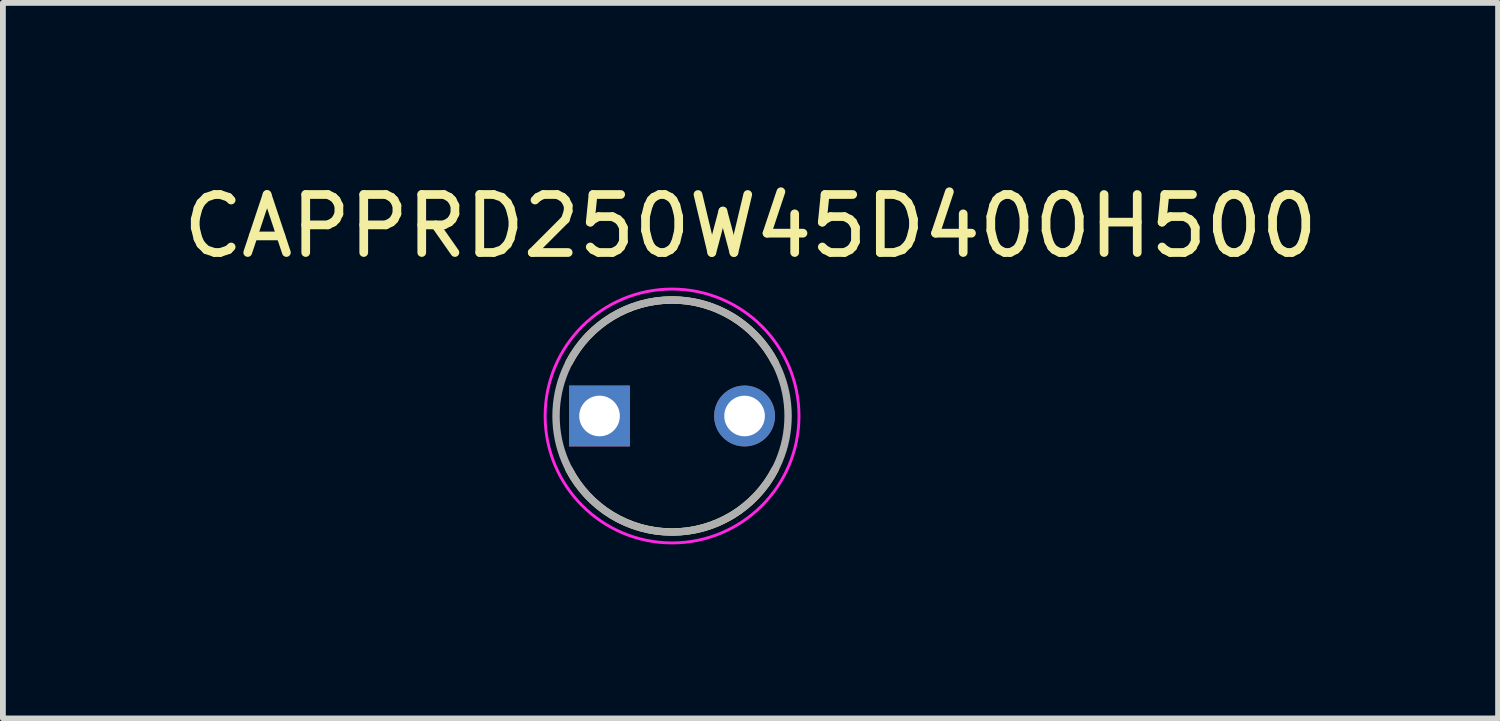
<source format=kicad_pcb>
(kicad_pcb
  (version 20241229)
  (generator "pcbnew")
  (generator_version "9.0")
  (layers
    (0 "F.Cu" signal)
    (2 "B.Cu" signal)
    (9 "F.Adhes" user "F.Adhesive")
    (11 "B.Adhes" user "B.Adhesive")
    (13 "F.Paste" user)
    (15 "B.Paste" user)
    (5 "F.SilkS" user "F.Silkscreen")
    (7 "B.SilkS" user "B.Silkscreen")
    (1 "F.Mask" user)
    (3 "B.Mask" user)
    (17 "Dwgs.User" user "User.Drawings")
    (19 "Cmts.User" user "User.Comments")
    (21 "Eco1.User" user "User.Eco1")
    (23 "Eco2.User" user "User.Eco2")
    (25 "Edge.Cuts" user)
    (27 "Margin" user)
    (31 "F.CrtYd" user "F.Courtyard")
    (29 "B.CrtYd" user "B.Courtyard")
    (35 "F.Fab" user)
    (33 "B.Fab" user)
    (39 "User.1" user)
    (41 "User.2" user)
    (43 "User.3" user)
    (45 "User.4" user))
  (footprint "CAPPRD250W45D400H500"
    (layer "F.Cu")
    (at 8.535 4.121)
    (property "Reference" "CAPPRD250W45D400H500" (at 1.352 -3.273 0) (layer "F.SilkS") (effects (font (size 1 1) (thickness 0.15))))
    (attr through_hole)
    (fp_arc (start -1.7758 -0.92) (mid 0 -1.999969) (end 1.7758 -0.92) (stroke (width 0.127) (type solid)) (layer "F.SilkS"))
    (fp_arc (start 1.7758 0.92) (mid 0 1.999969) (end -1.7758 0.92) (stroke (width 0.127) (type solid)) (layer "F.SilkS"))
    (fp_circle (center 0 0) (end 2.188 0) (stroke (width 0.05) (type solid)) (fill no) (layer "F.CrtYd"))
    (fp_circle (center 0 0) (end 2 0) (stroke (width 0.127) (type solid)) (fill no) (layer "F.Fab"))
    (pad "1" thru_hole rect (at -1.25 0) (size 1.05 1.05) (drill 0.7) (layers "*.Cu" "*.Mask"))
    (pad "2" thru_hole circle (at 1.25 0) (size 1.05 1.05) (drill 0.7) (layers "*.Cu" "*.Mask")))
  (gr_rect
    (start -3 -3)
    (end 22.774 9.334)
    (stroke (width 0.1) (type default))
    (fill no)
    (layer "Edge.Cuts")))
</source>
